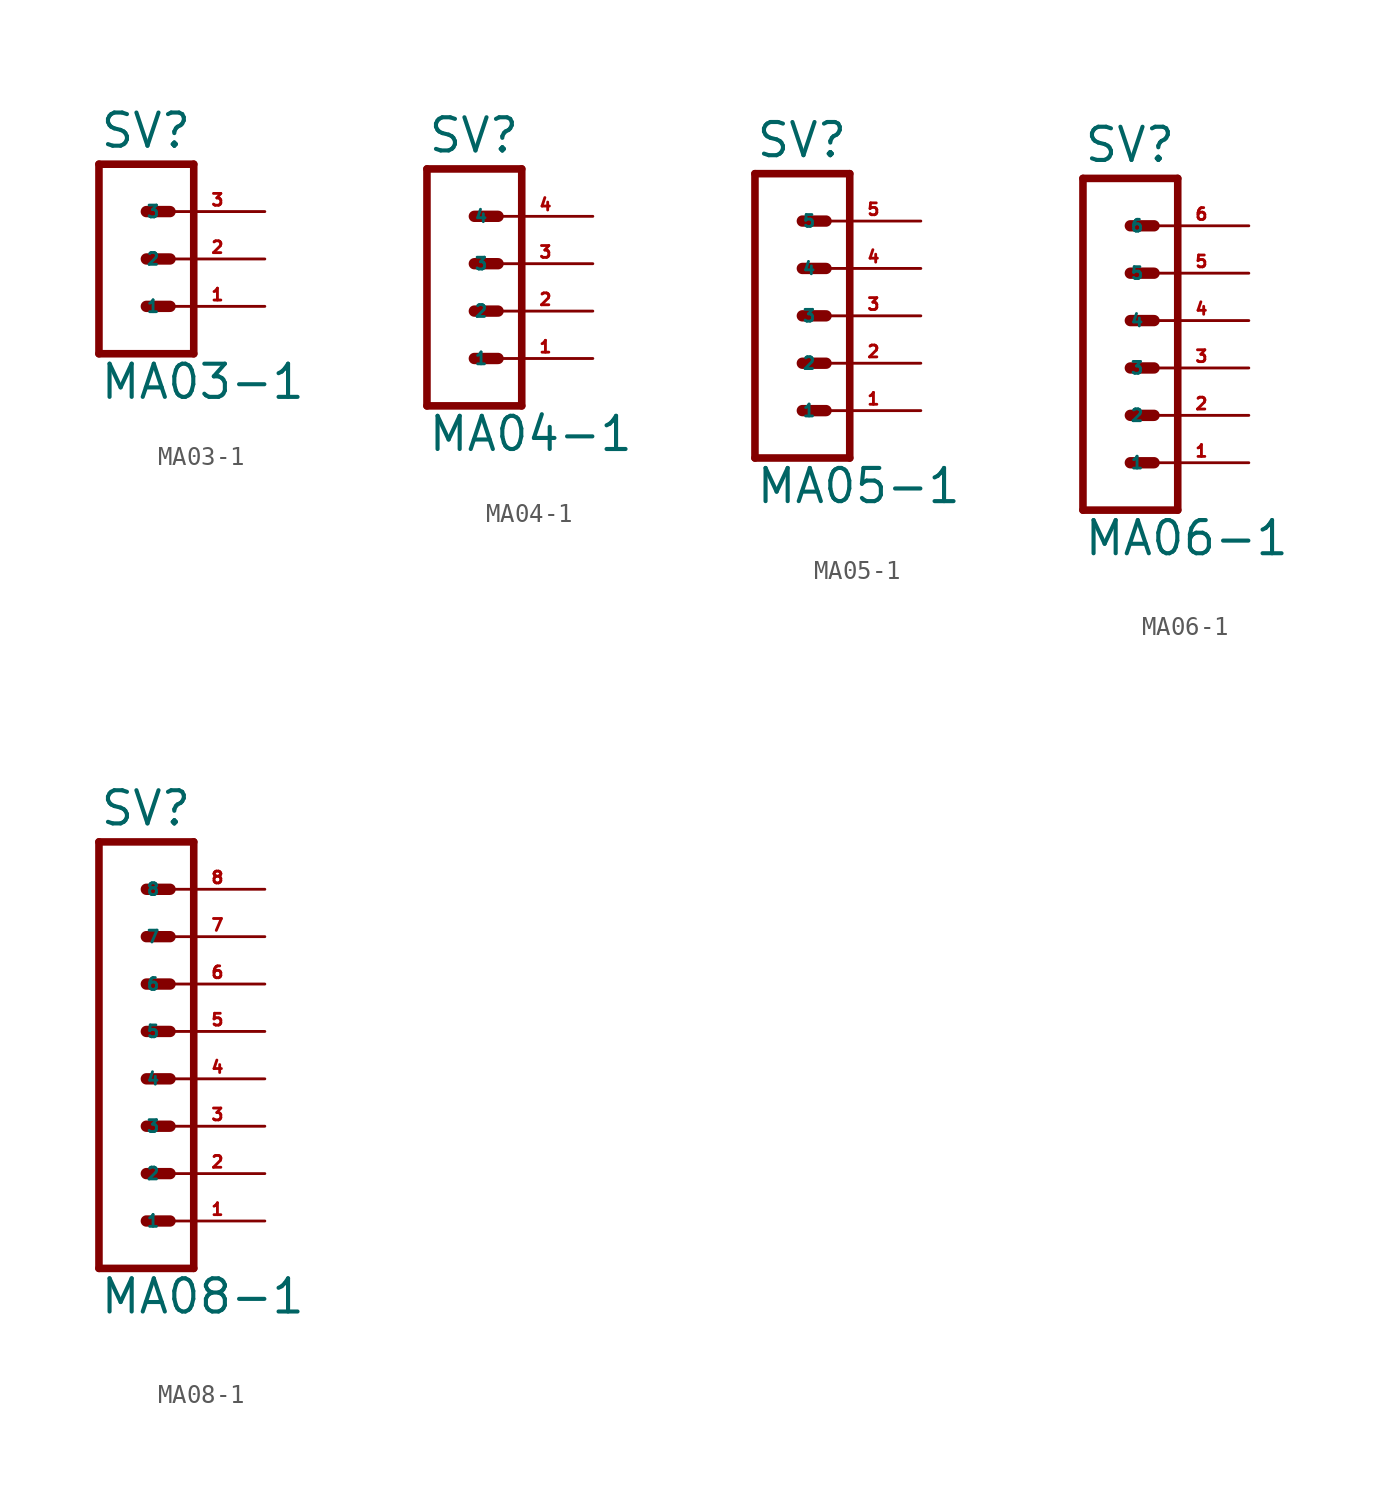
<source format=kicad_sym>
(kicad_symbol_lib
  (version 20220914)
  (generator Eagle2Kicad)
  (symbol "MA03-1"
    (property "Reference" "SV"
      (at -1.27 5.842 0)
      (effects (font (size 1.778 1.778) (thickness 0.22)) (justify left bottom)))
    (property "Value" "MA03-1"
      (at -1.27 -7.62 0)
      (effects (font (size 1.778 1.778) (thickness 0.22)) (justify left bottom)))
    (polyline
      (pts (xy 3.81 -5.08) (xy -1.27 -5.08))
      (stroke (width 0.406) (type default))
      (fill (type none)))
    (polyline
      (pts (xy 1.27 2.54) (xy 2.54 2.54))
      (stroke (width 0.61) (type default))
      (fill (type none)))
    (polyline
      (pts (xy 1.27 0) (xy 2.54 0))
      (stroke (width 0.61) (type default))
      (fill (type none)))
    (polyline
      (pts (xy 1.27 -2.54) (xy 2.54 -2.54))
      (stroke (width 0.61) (type default))
      (fill (type none)))
    (polyline
      (pts (xy -1.27 5.08) (xy -1.27 -5.08))
      (stroke (width 0.406) (type default))
      (fill (type none)))
    (polyline
      (pts (xy 3.81 -5.08) (xy 3.81 5.08))
      (stroke (width 0.406) (type default))
      (fill (type none)))
    (polyline
      (pts (xy -1.27 5.08) (xy 3.81 5.08))
      (stroke (width 0.406) (type default))
      (fill (type none)))
    (pin passive line
      (at 7.62 -2.54 180)
      (length 5.08)
      (name "1" (effects (font (size 0.635 0.635) (thickness 0.08)) (justify left bottom)))
      (number "1" (effects (font (size 0.635 0.635) (thickness 0.08)) (justify left bottom))))
    (pin passive line
      (at 7.62 0 180)
      (length 5.08)
      (name "2" (effects (font (size 0.635 0.635) (thickness 0.08)) (justify left bottom)))
      (number "2" (effects (font (size 0.635 0.635) (thickness 0.08)) (justify left bottom))))
    (pin passive line
      (at 7.62 2.54 180)
      (length 5.08)
      (name "3" (effects (font (size 0.635 0.635) (thickness 0.08)) (justify left bottom)))
      (number "3" (effects (font (size 0.635 0.635) (thickness 0.08)) (justify left bottom)))))
  (symbol "MA04-1"
    (property "Reference" "SV"
      (at -1.27 5.842 0)
      (effects (font (size 1.778 1.778) (thickness 0.22)) (justify left bottom)))
    (property "Value" "MA04-1"
      (at -1.27 -10.16 0)
      (effects (font (size 1.778 1.778) (thickness 0.22)) (justify left bottom)))
    (polyline
      (pts (xy 3.81 -7.62) (xy -1.27 -7.62))
      (stroke (width 0.406) (type default))
      (fill (type none)))
    (polyline
      (pts (xy 1.27 0) (xy 2.54 0))
      (stroke (width 0.61) (type default))
      (fill (type none)))
    (polyline
      (pts (xy 1.27 -2.54) (xy 2.54 -2.54))
      (stroke (width 0.61) (type default))
      (fill (type none)))
    (polyline
      (pts (xy 1.27 -5.08) (xy 2.54 -5.08))
      (stroke (width 0.61) (type default))
      (fill (type none)))
    (polyline
      (pts (xy -1.27 5.08) (xy -1.27 -7.62))
      (stroke (width 0.406) (type default))
      (fill (type none)))
    (polyline
      (pts (xy 3.81 -7.62) (xy 3.81 5.08))
      (stroke (width 0.406) (type default))
      (fill (type none)))
    (polyline
      (pts (xy -1.27 5.08) (xy 3.81 5.08))
      (stroke (width 0.406) (type default))
      (fill (type none)))
    (polyline
      (pts (xy 1.27 2.54) (xy 2.54 2.54))
      (stroke (width 0.61) (type default))
      (fill (type none)))
    (pin passive line
      (at 7.62 -5.08 180)
      (length 5.08)
      (name "1" (effects (font (size 0.635 0.635) (thickness 0.08)) (justify left bottom)))
      (number "1" (effects (font (size 0.635 0.635) (thickness 0.08)) (justify left bottom))))
    (pin passive line
      (at 7.62 -2.54 180)
      (length 5.08)
      (name "2" (effects (font (size 0.635 0.635) (thickness 0.08)) (justify left bottom)))
      (number "2" (effects (font (size 0.635 0.635) (thickness 0.08)) (justify left bottom))))
    (pin passive line
      (at 7.62 0 180)
      (length 5.08)
      (name "3" (effects (font (size 0.635 0.635) (thickness 0.08)) (justify left bottom)))
      (number "3" (effects (font (size 0.635 0.635) (thickness 0.08)) (justify left bottom))))
    (pin passive line
      (at 7.62 2.54 180)
      (length 5.08)
      (name "4" (effects (font (size 0.635 0.635) (thickness 0.08)) (justify left bottom)))
      (number "4" (effects (font (size 0.635 0.635) (thickness 0.08)) (justify left bottom)))))
  (symbol "MA05-1"
    (property "Reference" "SV"
      (at -1.27 8.382 0)
      (effects (font (size 1.778 1.778) (thickness 0.22)) (justify left bottom)))
    (property "Value" "MA05-1"
      (at -1.27 -10.16 0)
      (effects (font (size 1.778 1.778) (thickness 0.22)) (justify left bottom)))
    (polyline
      (pts (xy 3.81 -7.62) (xy -1.27 -7.62))
      (stroke (width 0.406) (type default))
      (fill (type none)))
    (polyline
      (pts (xy 1.27 0) (xy 2.54 0))
      (stroke (width 0.61) (type default))
      (fill (type none)))
    (polyline
      (pts (xy 1.27 -2.54) (xy 2.54 -2.54))
      (stroke (width 0.61) (type default))
      (fill (type none)))
    (polyline
      (pts (xy 1.27 -5.08) (xy 2.54 -5.08))
      (stroke (width 0.61) (type default))
      (fill (type none)))
    (polyline
      (pts (xy -1.27 7.62) (xy -1.27 -7.62))
      (stroke (width 0.406) (type default))
      (fill (type none)))
    (polyline
      (pts (xy 3.81 -7.62) (xy 3.81 7.62))
      (stroke (width 0.406) (type default))
      (fill (type none)))
    (polyline
      (pts (xy -1.27 7.62) (xy 3.81 7.62))
      (stroke (width 0.406) (type default))
      (fill (type none)))
    (polyline
      (pts (xy 1.27 5.08) (xy 2.54 5.08))
      (stroke (width 0.61) (type default))
      (fill (type none)))
    (polyline
      (pts (xy 1.27 2.54) (xy 2.54 2.54))
      (stroke (width 0.61) (type default))
      (fill (type none)))
    (pin passive line
      (at 7.62 -5.08 180)
      (length 5.08)
      (name "1" (effects (font (size 0.635 0.635) (thickness 0.08)) (justify left bottom)))
      (number "1" (effects (font (size 0.635 0.635) (thickness 0.08)) (justify left bottom))))
    (pin passive line
      (at 7.62 -2.54 180)
      (length 5.08)
      (name "2" (effects (font (size 0.635 0.635) (thickness 0.08)) (justify left bottom)))
      (number "2" (effects (font (size 0.635 0.635) (thickness 0.08)) (justify left bottom))))
    (pin passive line
      (at 7.62 0 180)
      (length 5.08)
      (name "3" (effects (font (size 0.635 0.635) (thickness 0.08)) (justify left bottom)))
      (number "3" (effects (font (size 0.635 0.635) (thickness 0.08)) (justify left bottom))))
    (pin passive line
      (at 7.62 2.54 180)
      (length 5.08)
      (name "4" (effects (font (size 0.635 0.635) (thickness 0.08)) (justify left bottom)))
      (number "4" (effects (font (size 0.635 0.635) (thickness 0.08)) (justify left bottom))))
    (pin passive line
      (at 7.62 5.08 180)
      (length 5.08)
      (name "5" (effects (font (size 0.635 0.635) (thickness 0.08)) (justify left bottom)))
      (number "5" (effects (font (size 0.635 0.635) (thickness 0.08)) (justify left bottom)))))
  (symbol "MA06-1"
    (property "Reference" "SV"
      (at -1.27 8.382 0)
      (effects (font (size 1.778 1.778) (thickness 0.22)) (justify left bottom)))
    (property "Value" "MA06-1"
      (at -1.27 -12.7 0)
      (effects (font (size 1.778 1.778) (thickness 0.22)) (justify left bottom)))
    (polyline
      (pts (xy 3.81 -10.16) (xy -1.27 -10.16))
      (stroke (width 0.406) (type default))
      (fill (type none)))
    (polyline
      (pts (xy 1.27 -2.54) (xy 2.54 -2.54))
      (stroke (width 0.61) (type default))
      (fill (type none)))
    (polyline
      (pts (xy 1.27 -5.08) (xy 2.54 -5.08))
      (stroke (width 0.61) (type default))
      (fill (type none)))
    (polyline
      (pts (xy 1.27 -7.62) (xy 2.54 -7.62))
      (stroke (width 0.61) (type default))
      (fill (type none)))
    (polyline
      (pts (xy 1.27 2.54) (xy 2.54 2.54))
      (stroke (width 0.61) (type default))
      (fill (type none)))
    (polyline
      (pts (xy 1.27 0) (xy 2.54 0))
      (stroke (width 0.61) (type default))
      (fill (type none)))
    (polyline
      (pts (xy 1.27 5.08) (xy 2.54 5.08))
      (stroke (width 0.61) (type default))
      (fill (type none)))
    (polyline
      (pts (xy -1.27 7.62) (xy -1.27 -10.16))
      (stroke (width 0.406) (type default))
      (fill (type none)))
    (polyline
      (pts (xy 3.81 -10.16) (xy 3.81 7.62))
      (stroke (width 0.406) (type default))
      (fill (type none)))
    (polyline
      (pts (xy -1.27 7.62) (xy 3.81 7.62))
      (stroke (width 0.406) (type default))
      (fill (type none)))
    (pin passive line
      (at 7.62 -7.62 180)
      (length 5.08)
      (name "1" (effects (font (size 0.635 0.635) (thickness 0.08)) (justify left bottom)))
      (number "1" (effects (font (size 0.635 0.635) (thickness 0.08)) (justify left bottom))))
    (pin passive line
      (at 7.62 -5.08 180)
      (length 5.08)
      (name "2" (effects (font (size 0.635 0.635) (thickness 0.08)) (justify left bottom)))
      (number "2" (effects (font (size 0.635 0.635) (thickness 0.08)) (justify left bottom))))
    (pin passive line
      (at 7.62 -2.54 180)
      (length 5.08)
      (name "3" (effects (font (size 0.635 0.635) (thickness 0.08)) (justify left bottom)))
      (number "3" (effects (font (size 0.635 0.635) (thickness 0.08)) (justify left bottom))))
    (pin passive line
      (at 7.62 0 180)
      (length 5.08)
      (name "4" (effects (font (size 0.635 0.635) (thickness 0.08)) (justify left bottom)))
      (number "4" (effects (font (size 0.635 0.635) (thickness 0.08)) (justify left bottom))))
    (pin passive line
      (at 7.62 2.54 180)
      (length 5.08)
      (name "5" (effects (font (size 0.635 0.635) (thickness 0.08)) (justify left bottom)))
      (number "5" (effects (font (size 0.635 0.635) (thickness 0.08)) (justify left bottom))))
    (pin passive line
      (at 7.62 5.08 180)
      (length 5.08)
      (name "6" (effects (font (size 0.635 0.635) (thickness 0.08)) (justify left bottom)))
      (number "6" (effects (font (size 0.635 0.635) (thickness 0.08)) (justify left bottom)))))
  (symbol "MA08-1"
    (property "Reference" "SV"
      (at -1.27 13.462 0)
      (effects (font (size 1.778 1.778) (thickness 0.22)) (justify left bottom)))
    (property "Value" "MA08-1"
      (at -1.27 -12.7 0)
      (effects (font (size 1.778 1.778) (thickness 0.22)) (justify left bottom)))
    (polyline
      (pts (xy 3.81 -10.16) (xy -1.27 -10.16))
      (stroke (width 0.406) (type default))
      (fill (type none)))
    (polyline
      (pts (xy 1.27 -2.54) (xy 2.54 -2.54))
      (stroke (width 0.61) (type default))
      (fill (type none)))
    (polyline
      (pts (xy 1.27 -5.08) (xy 2.54 -5.08))
      (stroke (width 0.61) (type default))
      (fill (type none)))
    (polyline
      (pts (xy 1.27 -7.62) (xy 2.54 -7.62))
      (stroke (width 0.61) (type default))
      (fill (type none)))
    (polyline
      (pts (xy 1.27 2.54) (xy 2.54 2.54))
      (stroke (width 0.61) (type default))
      (fill (type none)))
    (polyline
      (pts (xy 1.27 0) (xy 2.54 0))
      (stroke (width 0.61) (type default))
      (fill (type none)))
    (polyline
      (pts (xy 1.27 10.16) (xy 2.54 10.16))
      (stroke (width 0.61) (type default))
      (fill (type none)))
    (polyline
      (pts (xy 1.27 7.62) (xy 2.54 7.62))
      (stroke (width 0.61) (type default))
      (fill (type none)))
    (polyline
      (pts (xy 1.27 5.08) (xy 2.54 5.08))
      (stroke (width 0.61) (type default))
      (fill (type none)))
    (polyline
      (pts (xy -1.27 12.7) (xy -1.27 -10.16))
      (stroke (width 0.406) (type default))
      (fill (type none)))
    (polyline
      (pts (xy 3.81 -10.16) (xy 3.81 12.7))
      (stroke (width 0.406) (type default))
      (fill (type none)))
    (polyline
      (pts (xy -1.27 12.7) (xy 3.81 12.7))
      (stroke (width 0.406) (type default))
      (fill (type none)))
    (pin passive line
      (at 7.62 -7.62 180)
      (length 5.08)
      (name "1" (effects (font (size 0.635 0.635) (thickness 0.08)) (justify left bottom)))
      (number "1" (effects (font (size 0.635 0.635) (thickness 0.08)) (justify left bottom))))
    (pin passive line
      (at 7.62 -5.08 180)
      (length 5.08)
      (name "2" (effects (font (size 0.635 0.635) (thickness 0.08)) (justify left bottom)))
      (number "2" (effects (font (size 0.635 0.635) (thickness 0.08)) (justify left bottom))))
    (pin passive line
      (at 7.62 -2.54 180)
      (length 5.08)
      (name "3" (effects (font (size 0.635 0.635) (thickness 0.08)) (justify left bottom)))
      (number "3" (effects (font (size 0.635 0.635) (thickness 0.08)) (justify left bottom))))
    (pin passive line
      (at 7.62 0 180)
      (length 5.08)
      (name "4" (effects (font (size 0.635 0.635) (thickness 0.08)) (justify left bottom)))
      (number "4" (effects (font (size 0.635 0.635) (thickness 0.08)) (justify left bottom))))
    (pin passive line
      (at 7.62 2.54 180)
      (length 5.08)
      (name "5" (effects (font (size 0.635 0.635) (thickness 0.08)) (justify left bottom)))
      (number "5" (effects (font (size 0.635 0.635) (thickness 0.08)) (justify left bottom))))
    (pin passive line
      (at 7.62 5.08 180)
      (length 5.08)
      (name "6" (effects (font (size 0.635 0.635) (thickness 0.08)) (justify left bottom)))
      (number "6" (effects (font (size 0.635 0.635) (thickness 0.08)) (justify left bottom))))
    (pin passive line
      (at 7.62 7.62 180)
      (length 5.08)
      (name "7" (effects (font (size 0.635 0.635) (thickness 0.08)) (justify left bottom)))
      (number "7" (effects (font (size 0.635 0.635) (thickness 0.08)) (justify left bottom))))
    (pin passive line
      (at 7.62 10.16 180)
      (length 5.08)
      (name "8" (effects (font (size 0.635 0.635) (thickness 0.08)) (justify left bottom)))
      (number "8" (effects (font (size 0.635 0.635) (thickness 0.08)) (justify left bottom))))))
</source>
